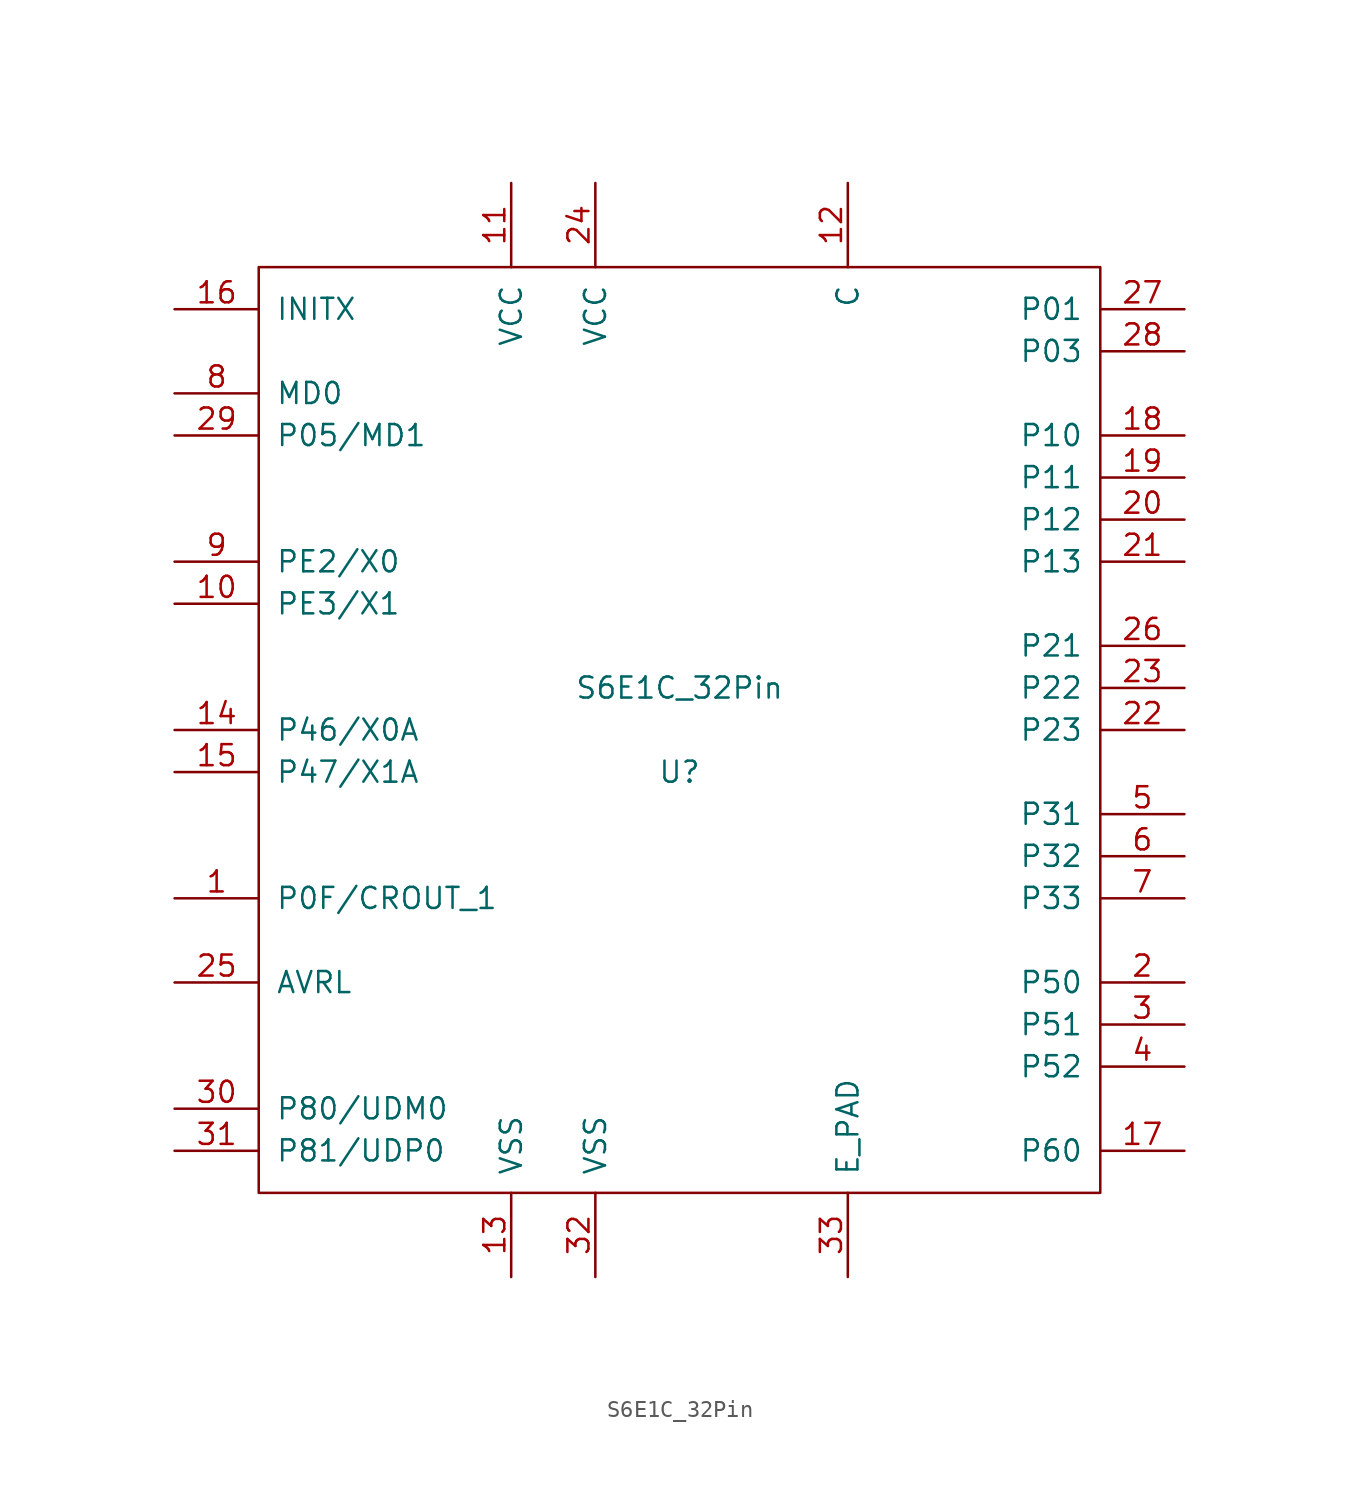
<source format=kicad_sym>
(kicad_symbol_lib
  (version 20211014)
  (generator kicad_symbol_editor)
  (symbol "S6E1C_32Pin"
    (pin_names
      (offset 1.016))
    (property "Reference" "U"
      (at 0 -2.54 0)
      (effects (font (size 1.27 1.27))))
    (property "Value" "S6E1C_32Pin"
      (at 0 2.54 0)
      (effects (font (size 1.27 1.27))))
    (symbol "S6E1C_32Pin_0_1"
      (rectangle (start -25.4 27.94) (end 25.4 -27.94) (stroke (width 0) (type default) (color 0 0 0 0)) (fill (type none))))
    (symbol "S6E1C_32Pin_1_1"
      (pin input line (at -30.48 -10.16 0) (length 5.08) (name "P0F/CROUT_1" (effects (font (size 1.27 1.27)))) (number "1" (effects (font (size 1.27 1.27)))))
      (pin input line (at -30.48 7.62 0) (length 5.08) (name "PE3/X1" (effects (font (size 1.27 1.27)))) (number "10" (effects (font (size 1.27 1.27)))))
      (pin input line (at -10.16 33.02 270) (length 5.08) (name "VCC" (effects (font (size 1.27 1.27)))) (number "11" (effects (font (size 1.27 1.27)))))
      (pin input line (at 10.16 33.02 270) (length 5.08) (name "C" (effects (font (size 1.27 1.27)))) (number "12" (effects (font (size 1.27 1.27)))))
      (pin input line (at -10.16 -33.02 90) (length 5.08) (name "VSS" (effects (font (size 1.27 1.27)))) (number "13" (effects (font (size 1.27 1.27)))))
      (pin input line (at -30.48 0 0) (length 5.08) (name "P46/X0A" (effects (font (size 1.27 1.27)))) (number "14" (effects (font (size 1.27 1.27)))))
      (pin input line (at -30.48 -2.54 0) (length 5.08) (name "P47/X1A" (effects (font (size 1.27 1.27)))) (number "15" (effects (font (size 1.27 1.27)))))
      (pin input line (at -30.48 25.4 0) (length 5.08) (name "INITX" (effects (font (size 1.27 1.27)))) (number "16" (effects (font (size 1.27 1.27)))))
      (pin input line (at 30.48 -25.4 180) (length 5.08) (name "P60" (effects (font (size 1.27 1.27)))) (number "17" (effects (font (size 1.27 1.27)))))
      (pin input line (at 30.48 17.78 180) (length 5.08) (name "P10" (effects (font (size 1.27 1.27)))) (number "18" (effects (font (size 1.27 1.27)))))
      (pin input line (at 30.48 15.24 180) (length 5.08) (name "P11" (effects (font (size 1.27 1.27)))) (number "19" (effects (font (size 1.27 1.27)))))
      (pin input line (at 30.48 -15.24 180) (length 5.08) (name "P50" (effects (font (size 1.27 1.27)))) (number "2" (effects (font (size 1.27 1.27)))))
      (pin input line (at 30.48 12.7 180) (length 5.08) (name "P12" (effects (font (size 1.27 1.27)))) (number "20" (effects (font (size 1.27 1.27)))))
      (pin input line (at 30.48 10.16 180) (length 5.08) (name "P13" (effects (font (size 1.27 1.27)))) (number "21" (effects (font (size 1.27 1.27)))))
      (pin input line (at 30.48 0 180) (length 5.08) (name "P23" (effects (font (size 1.27 1.27)))) (number "22" (effects (font (size 1.27 1.27)))))
      (pin input line (at 30.48 2.54 180) (length 5.08) (name "P22" (effects (font (size 1.27 1.27)))) (number "23" (effects (font (size 1.27 1.27)))))
      (pin input line (at -5.08 33.02 270) (length 5.08) (name "VCC" (effects (font (size 1.27 1.27)))) (number "24" (effects (font (size 1.27 1.27)))))
      (pin input line (at -30.48 -15.24 0) (length 5.08) (name "AVRL" (effects (font (size 1.27 1.27)))) (number "25" (effects (font (size 1.27 1.27)))))
      (pin input line (at 30.48 5.08 180) (length 5.08) (name "P21" (effects (font (size 1.27 1.27)))) (number "26" (effects (font (size 1.27 1.27)))))
      (pin input line (at 30.48 25.4 180) (length 5.08) (name "P01" (effects (font (size 1.27 1.27)))) (number "27" (effects (font (size 1.27 1.27)))))
      (pin input line (at 30.48 22.86 180) (length 5.08) (name "P03" (effects (font (size 1.27 1.27)))) (number "28" (effects (font (size 1.27 1.27)))))
      (pin input line (at -30.48 17.78 0) (length 5.08) (name "P05/MD1" (effects (font (size 1.27 1.27)))) (number "29" (effects (font (size 1.27 1.27)))))
      (pin input line (at 30.48 -17.78 180) (length 5.08) (name "P51" (effects (font (size 1.27 1.27)))) (number "3" (effects (font (size 1.27 1.27)))))
      (pin input line (at -30.48 -22.86 0) (length 5.08) (name "P80/UDM0" (effects (font (size 1.27 1.27)))) (number "30" (effects (font (size 1.27 1.27)))))
      (pin input line (at -30.48 -25.4 0) (length 5.08) (name "P81/UDP0" (effects (font (size 1.27 1.27)))) (number "31" (effects (font (size 1.27 1.27)))))
      (pin input line (at -5.08 -33.02 90) (length 5.08) (name "VSS" (effects (font (size 1.27 1.27)))) (number "32" (effects (font (size 1.27 1.27)))))
      (pin input line (at 10.16 -33.02 90) (length 5.08) (name "E_PAD" (effects (font (size 1.27 1.27)))) (number "33" (effects (font (size 1.27 1.27)))))
      (pin input line (at 30.48 -20.32 180) (length 5.08) (name "P52" (effects (font (size 1.27 1.27)))) (number "4" (effects (font (size 1.27 1.27)))))
      (pin input line (at 30.48 -5.08 180) (length 5.08) (name "P31" (effects (font (size 1.27 1.27)))) (number "5" (effects (font (size 1.27 1.27)))))
      (pin input line (at 30.48 -7.62 180) (length 5.08) (name "P32" (effects (font (size 1.27 1.27)))) (number "6" (effects (font (size 1.27 1.27)))))
      (pin input line (at 30.48 -10.16 180) (length 5.08) (name "P33" (effects (font (size 1.27 1.27)))) (number "7" (effects (font (size 1.27 1.27)))))
      (pin input line (at -30.48 20.32 0) (length 5.08) (name "MD0" (effects (font (size 1.27 1.27)))) (number "8" (effects (font (size 1.27 1.27)))))
      (pin input line (at -30.48 10.16 0) (length 5.08) (name "PE2/X0" (effects (font (size 1.27 1.27)))) (number "9" (effects (font (size 1.27 1.27))))))))
</source>
